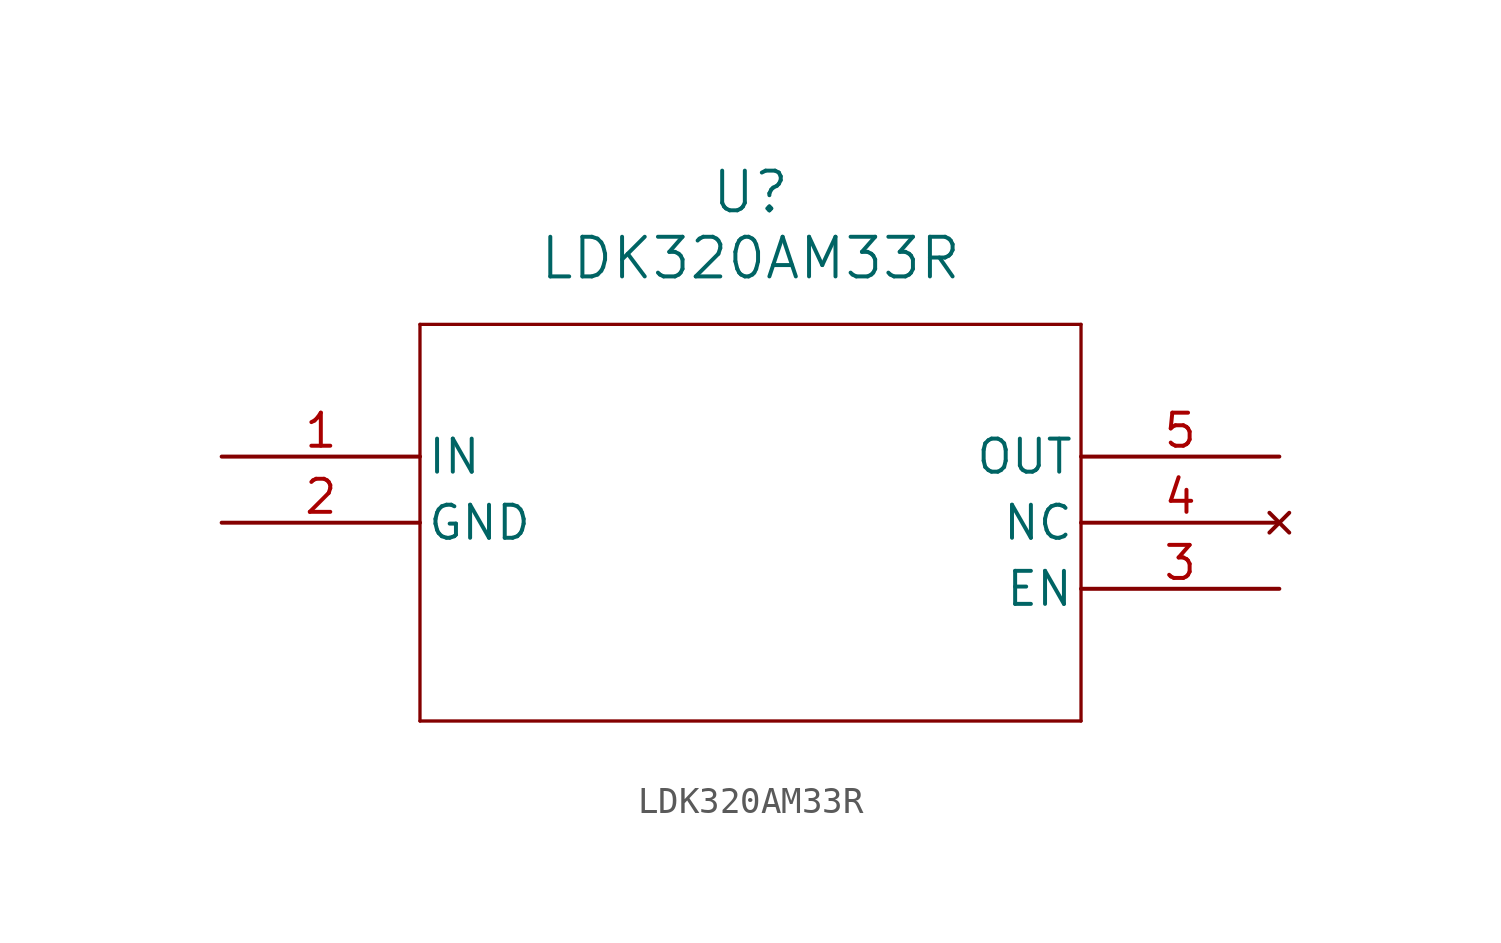
<source format=kicad_sym>
(kicad_symbol_lib
  (version 20211014)
  (generator kicad_symbol_editor)
  (symbol "LDK320AM33R"
    (pin_names
      (offset 0.254))
    (property "Reference" "U"
      (at 20.32 10.16 0)
      (effects (font (size 1.524 1.524))))
    (property "Value" "LDK320AM33R"
      (at 20.32 7.62 0)
      (effects (font (size 1.524 1.524))))
    (symbol "LDK320AM33R_0_1"
      (polyline (pts (xy 7.62 5.08) (xy 7.62 -10.16)) (stroke (width 0.127) (type default) (color 0 0 0 0)) (fill (type none)))
      (polyline (pts (xy 7.62 -10.16) (xy 33.02 -10.16)) (stroke (width 0.127) (type default) (color 0 0 0 0)) (fill (type none)))
      (polyline (pts (xy 33.02 -10.16) (xy 33.02 5.08)) (stroke (width 0.127) (type default) (color 0 0 0 0)) (fill (type none)))
      (polyline (pts (xy 33.02 5.08) (xy 7.62 5.08)) (stroke (width 0.127) (type default) (color 0 0 0 0)) (fill (type none)))
      (pin power_in line (at 0 0 0) (length 7.62) (name "IN" (effects (font (size 1.27 1.27)))) (number "1" (effects (font (size 1.27 1.27)))))
      (pin power_out line (at 0 -2.54 0) (length 7.62) (name "GND" (effects (font (size 1.27 1.27)))) (number "2" (effects (font (size 1.27 1.27)))))
      (pin input line (at 40.64 -5.08 180) (length 7.62) (name "EN" (effects (font (size 1.27 1.27)))) (number "3" (effects (font (size 1.27 1.27)))))
      (pin no_connect line (at 40.64 -2.54 180) (length 7.62) (name "NC" (effects (font (size 1.27 1.27)))) (number "4" (effects (font (size 1.27 1.27)))))
      (pin output line (at 40.64 0 180) (length 7.62) (name "OUT" (effects (font (size 1.27 1.27)))) (number "5" (effects (font (size 1.27 1.27))))))))
</source>
